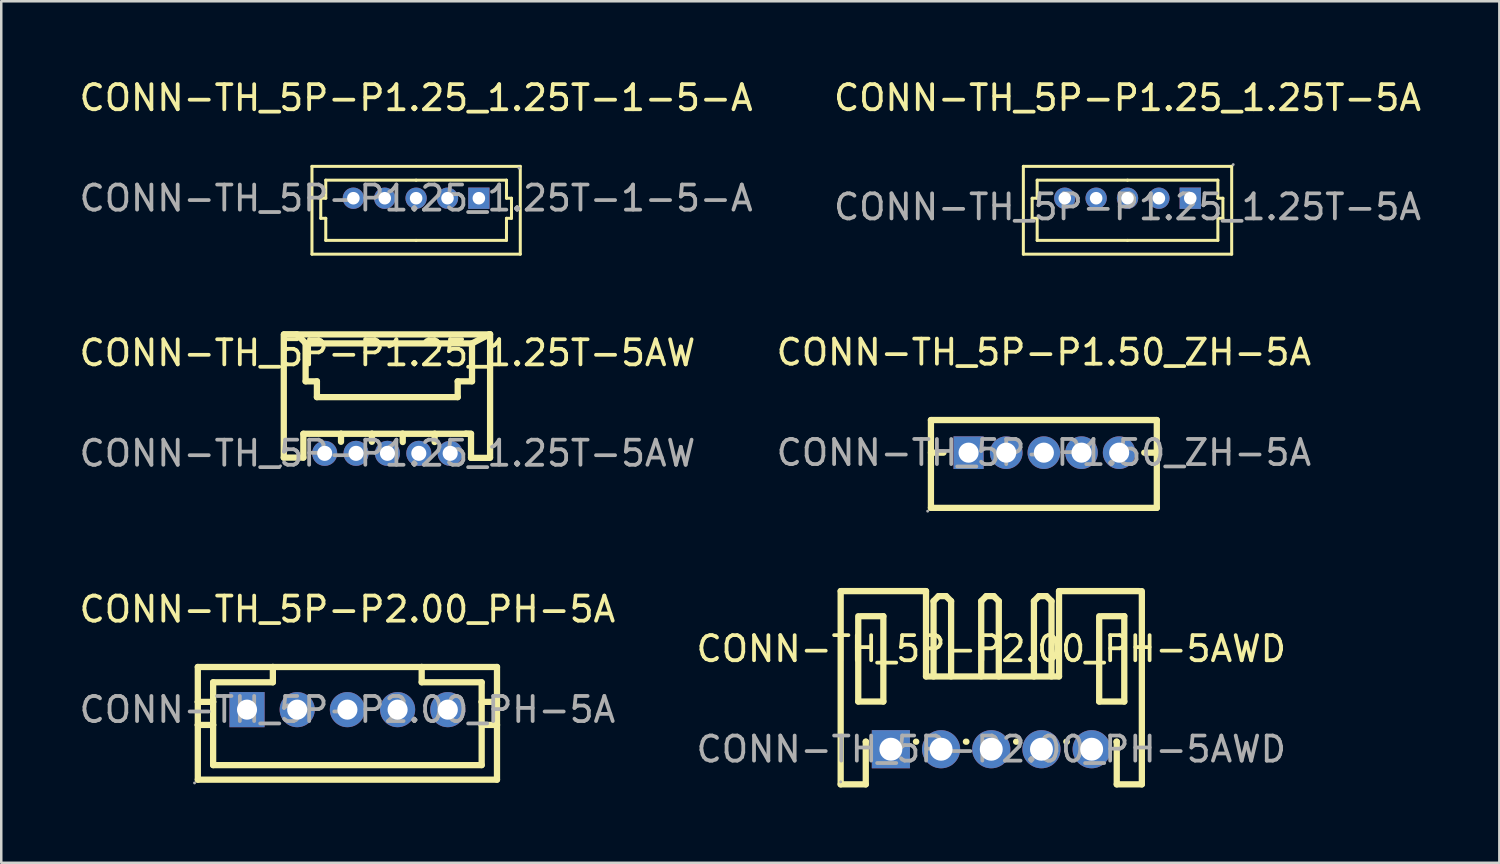
<source format=kicad_pcb>
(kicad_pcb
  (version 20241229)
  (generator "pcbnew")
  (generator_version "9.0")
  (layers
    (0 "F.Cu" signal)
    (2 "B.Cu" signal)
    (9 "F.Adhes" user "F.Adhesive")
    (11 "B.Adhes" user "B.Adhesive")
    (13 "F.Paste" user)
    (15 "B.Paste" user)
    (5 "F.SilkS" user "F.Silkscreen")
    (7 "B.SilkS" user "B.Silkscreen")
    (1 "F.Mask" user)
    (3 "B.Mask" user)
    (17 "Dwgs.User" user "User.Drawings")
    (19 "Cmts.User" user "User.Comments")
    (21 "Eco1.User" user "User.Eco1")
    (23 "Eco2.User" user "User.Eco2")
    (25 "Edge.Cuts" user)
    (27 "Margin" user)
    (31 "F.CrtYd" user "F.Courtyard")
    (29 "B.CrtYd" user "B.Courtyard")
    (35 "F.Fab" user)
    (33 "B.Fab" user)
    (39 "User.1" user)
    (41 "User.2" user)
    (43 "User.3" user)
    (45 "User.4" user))
  (footprint "CONN-TH_5P-P2.00_PH-5A"
    (layer "F.Cu")
    (at 10.792 25.225)
    (property "Reference" "CONN-TH_5P-P2.00_PH-5A" (at 0 -4 0) (layer "F.SilkS") (effects (font (size 1 1) (thickness 0.15))))
    (attr through_hole)
    (fp_line (start -5.96 -0.31) (end -5.96 -1.7) (stroke (width 0.25) (type solid)) (layer "F.SilkS"))
    (fp_line (start -5.96 0.61) (end -5.96 -0.31) (stroke (width 0.25) (type solid)) (layer "F.SilkS"))
    (fp_line (start -5.96 2.79) (end -5.96 0.61) (stroke (width 0.25) (type solid)) (layer "F.SilkS"))
    (fp_line (start -5.35 -0.31) (end -5.96 -0.31) (stroke (width 0.25) (type solid)) (layer "F.SilkS"))
    (fp_line (start -5.35 -0.31) (end -5.35 -1.09) (stroke (width 0.25) (type solid)) (layer "F.SilkS"))
    (fp_line (start -5.35 0.61) (end -5.96 0.61) (stroke (width 0.25) (type solid)) (layer "F.SilkS"))
    (fp_line (start -5.35 0.61) (end -5.35 -0.31) (stroke (width 0.25) (type solid)) (layer "F.SilkS"))
    (fp_line (start -5.35 2.21) (end -5.35 0.61) (stroke (width 0.25) (type solid)) (layer "F.SilkS"))
    (fp_line (start -2.97 -1.7) (end -5.96 -1.7) (stroke (width 0.25) (type solid)) (layer "F.SilkS"))
    (fp_line (start -2.97 -1.09) (end -5.35 -1.09) (stroke (width 0.25) (type solid)) (layer "F.SilkS"))
    (fp_line (start -2.97 -1.09) (end -2.97 -1.7) (stroke (width 0.25) (type solid)) (layer "F.SilkS"))
    (fp_line (start 2.96 -1.7) (end -2.97 -1.7) (stroke (width 0.25) (type solid)) (layer "F.SilkS"))
    (fp_line (start 2.96 -1.09) (end 2.96 -1.7) (stroke (width 0.25) (type solid)) (layer "F.SilkS"))
    (fp_line (start 5.35 -1.09) (end 2.96 -1.09) (stroke (width 0.25) (type solid)) (layer "F.SilkS"))
    (fp_line (start 5.35 -0.31) (end 5.35 -1.09) (stroke (width 0.25) (type solid)) (layer "F.SilkS"))
    (fp_line (start 5.35 0.61) (end 5.35 -0.31) (stroke (width 0.25) (type solid)) (layer "F.SilkS"))
    (fp_line (start 5.35 2.21) (end -5.35 2.21) (stroke (width 0.25) (type solid)) (layer "F.SilkS"))
    (fp_line (start 5.35 2.21) (end 5.35 0.61) (stroke (width 0.25) (type solid)) (layer "F.SilkS"))
    (fp_line (start 5.96 -1.7) (end 2.96 -1.7) (stroke (width 0.25) (type solid)) (layer "F.SilkS"))
    (fp_line (start 5.96 -0.31) (end 5.35 -0.31) (stroke (width 0.25) (type solid)) (layer "F.SilkS"))
    (fp_line (start 5.96 -0.31) (end 5.96 -1.7) (stroke (width 0.25) (type solid)) (layer "F.SilkS"))
    (fp_line (start 5.96 0.61) (end 5.35 0.61) (stroke (width 0.25) (type solid)) (layer "F.SilkS"))
    (fp_line (start 5.96 0.61) (end 5.96 -0.31) (stroke (width 0.25) (type solid)) (layer "F.SilkS"))
    (fp_line (start 5.96 2.79) (end -5.96 2.79) (stroke (width 0.25) (type solid)) (layer "F.SilkS"))
    (fp_line (start 5.96 2.79) (end 5.96 0.61) (stroke (width 0.25) (type solid)) (layer "F.SilkS"))
    (fp_circle (center -6.09 2.92) (end -6.06 2.92) (stroke (width 0.06) (type solid)) (fill no) (layer "F.Fab"))
    (fp_circle (center -4 0) (end -3.85 0) (stroke (width 0.3) (type solid)) (fill no) (layer "F.Fab"))
    (fp_circle (center -2 0) (end -1.85 0) (stroke (width 0.3) (type solid)) (fill no) (layer "F.Fab"))
    (fp_circle (center 0 0) (end 0.15 0) (stroke (width 0.3) (type solid)) (fill no) (layer "F.Fab"))
    (fp_circle (center 2 0) (end 2.15 0) (stroke (width 0.3) (type solid)) (fill no) (layer "F.Fab"))
    (fp_circle (center 4 0) (end 4.15 0) (stroke (width 0.3) (type solid)) (fill no) (layer "F.Fab"))
    (fp_text user "${REFERENCE}" (at 0 0 0) (layer "F.Fab") (effects (font (size 1 1) (thickness 0.15))))
    (pad "1" thru_hole rect (at -4 0 180) (size 1.4 1.4) (drill 0.8) (layers "*.Cu" "*.Paste" "*.Mask"))
    (pad "2" thru_hole circle (at -2 0 180) (size 1.4 1.4) (drill 0.8) (layers "*.Cu" "*.Paste" "*.Mask"))
    (pad "3" thru_hole circle (at 0 0 180) (size 1.4 1.4) (drill 0.8) (layers "*.Cu" "*.Paste" "*.Mask"))
    (pad "4" thru_hole circle (at 2 0 180) (size 1.4 1.4) (drill 0.8) (layers "*.Cu" "*.Paste" "*.Mask"))
    (pad "5" thru_hole circle (at 4 0 180) (size 1.4 1.4) (drill 0.8) (layers "*.Cu" "*.Paste" "*.Mask")))
  (footprint "CONN-TH_5P-P1.25_1.25T-5A"
    (layer "F.Cu")
    (at 41.875 5.198)
    (property "Reference" "CONN-TH_5P-P1.25_1.25T-5A" (at 0 -4.35 0) (layer "F.SilkS") (effects (font (size 1 1) (thickness 0.15))))
    (attr through_hole)
    (fp_line (start -4.15 -1.62) (end -4.15 1.88) (stroke (width 0.12) (type solid)) (layer "F.SilkS"))
    (fp_line (start -4.15 1.88) (end 4.15 1.88) (stroke (width 0.12) (type solid)) (layer "F.SilkS"))
    (fp_line (start -3.8 -0.35) (end -3.6 -0.35) (stroke (width 0.12) (type solid)) (layer "F.SilkS"))
    (fp_line (start -3.8 0.45) (end -3.8 -0.35) (stroke (width 0.12) (type solid)) (layer "F.SilkS"))
    (fp_line (start -3.6 -1.07) (end 0 -1.07) (stroke (width 0.12) (type solid)) (layer "F.SilkS"))
    (fp_line (start -3.6 -0.35) (end -3.6 -1.07) (stroke (width 0.12) (type solid)) (layer "F.SilkS"))
    (fp_line (start -3.6 0.45) (end -3.8 0.45) (stroke (width 0.12) (type solid)) (layer "F.SilkS"))
    (fp_line (start -3.6 1.33) (end -3.6 0.45) (stroke (width 0.12) (type solid)) (layer "F.SilkS"))
    (fp_line (start 0 -1.07) (end 3.6 -1.07) (stroke (width 0.12) (type solid)) (layer "F.SilkS"))
    (fp_line (start 0 1.33) (end -3.6 1.33) (stroke (width 0.12) (type solid)) (layer "F.SilkS"))
    (fp_line (start 3.6 -1.07) (end 3.6 -0.35) (stroke (width 0.12) (type solid)) (layer "F.SilkS"))
    (fp_line (start 3.6 -0.35) (end 3.8 -0.35) (stroke (width 0.12) (type solid)) (layer "F.SilkS"))
    (fp_line (start 3.6 0.45) (end 3.6 1.33) (stroke (width 0.12) (type solid)) (layer "F.SilkS"))
    (fp_line (start 3.6 1.33) (end 0 1.33) (stroke (width 0.12) (type solid)) (layer "F.SilkS"))
    (fp_line (start 3.8 -0.35) (end 3.8 0.45) (stroke (width 0.12) (type solid)) (layer "F.SilkS"))
    (fp_line (start 3.8 0.45) (end 3.6 0.45) (stroke (width 0.12) (type solid)) (layer "F.SilkS"))
    (fp_line (start 4.15 -1.62) (end -4.15 -1.62) (stroke (width 0.12) (type solid)) (layer "F.SilkS"))
    (fp_line (start 4.15 1.88) (end 4.15 -1.62) (stroke (width 0.12) (type solid)) (layer "F.SilkS"))
    (fp_circle (center 4.21 -1.69) (end 4.24 -1.69) (stroke (width 0.06) (type solid)) (fill no) (layer "F.Fab"))
    (fp_text user "${REFERENCE}" (at 0 0 0) (layer "F.Fab") (effects (font (size 1 1) (thickness 0.15))))
    (pad "1" thru_hole rect (at 2.5 -0.35 180) (size 0.85 0.85) (drill oval 0.5 0.5) (layers "*.Cu" "*.Paste" "*.Mask"))
    (pad "2" thru_hole circle (at 1.25 -0.35 180) (size 0.85 0.85) (drill oval 0.5 0.5) (layers "*.Cu" "*.Paste" "*.Mask"))
    (pad "3" thru_hole circle (at 0 -0.35 180) (size 0.85 0.85) (drill oval 0.5 0.5) (layers "*.Cu" "*.Paste" "*.Mask"))
    (pad "4" thru_hole circle (at -1.25 -0.35 180) (size 0.85 0.85) (drill oval 0.5 0.5) (layers "*.Cu" "*.Paste" "*.Mask"))
    (pad "5" thru_hole circle (at -2.5 -0.35 180) (size 0.85 0.85) (drill oval 0.5 0.5) (layers "*.Cu" "*.Paste" "*.Mask")))
  (footprint "CONN-TH_5P-P1.25_1.25T-1-5-A"
    (layer "F.Cu")
    (at 13.53 4.848)
    (property "Reference" "CONN-TH_5P-P1.25_1.25T-1-5-A" (at 0 -4 0) (layer "F.SilkS") (effects (font (size 1 1) (thickness 0.15))))
    (attr through_hole)
    (fp_line (start -4.15 -1.27) (end -4.15 2.23) (stroke (width 0.12) (type solid)) (layer "F.SilkS"))
    (fp_line (start -4.15 2.23) (end 4.15 2.23) (stroke (width 0.12) (type solid)) (layer "F.SilkS"))
    (fp_line (start -3.8 0) (end -3.6 0) (stroke (width 0.12) (type solid)) (layer "F.SilkS"))
    (fp_line (start -3.8 0.8) (end -3.8 0) (stroke (width 0.12) (type solid)) (layer "F.SilkS"))
    (fp_line (start -3.6 -0.72) (end 0 -0.72) (stroke (width 0.12) (type solid)) (layer "F.SilkS"))
    (fp_line (start -3.6 0) (end -3.6 -0.72) (stroke (width 0.12) (type solid)) (layer "F.SilkS"))
    (fp_line (start -3.6 0.8) (end -3.8 0.8) (stroke (width 0.12) (type solid)) (layer "F.SilkS"))
    (fp_line (start -3.6 1.68) (end -3.6 0.8) (stroke (width 0.12) (type solid)) (layer "F.SilkS"))
    (fp_line (start 0 -0.72) (end 3.6 -0.72) (stroke (width 0.12) (type solid)) (layer "F.SilkS"))
    (fp_line (start 0 1.68) (end -3.6 1.68) (stroke (width 0.12) (type solid)) (layer "F.SilkS"))
    (fp_line (start 3.6 -0.72) (end 3.6 0) (stroke (width 0.12) (type solid)) (layer "F.SilkS"))
    (fp_line (start 3.6 0) (end 3.8 0) (stroke (width 0.12) (type solid)) (layer "F.SilkS"))
    (fp_line (start 3.6 0.8) (end 3.6 1.68) (stroke (width 0.12) (type solid)) (layer "F.SilkS"))
    (fp_line (start 3.6 1.68) (end 0 1.68) (stroke (width 0.12) (type solid)) (layer "F.SilkS"))
    (fp_line (start 3.8 0) (end 3.8 0.8) (stroke (width 0.12) (type solid)) (layer "F.SilkS"))
    (fp_line (start 3.8 0.8) (end 3.6 0.8) (stroke (width 0.12) (type solid)) (layer "F.SilkS"))
    (fp_line (start 4.15 -1.27) (end -4.15 -1.27) (stroke (width 0.12) (type solid)) (layer "F.SilkS"))
    (fp_line (start 4.15 2.23) (end 4.15 -1.27) (stroke (width 0.12) (type solid)) (layer "F.SilkS"))
    (fp_circle (center 4.1 -1.2) (end 4.13 -1.2) (stroke (width 0.06) (type solid)) (fill no) (layer "F.Fab"))
    (fp_text user "${REFERENCE}" (at 0 0 0) (layer "F.Fab") (effects (font (size 1 1) (thickness 0.15))))
    (pad "1" thru_hole rect (at 2.5 0) (size 0.85 0.85) (drill oval 0.5 0.5) (layers "*.Cu" "*.Paste" "*.Mask"))
    (pad "2" thru_hole circle (at 1.25 0 180) (size 0.85 0.85) (drill oval 0.5 0.5) (layers "*.Cu" "*.Paste" "*.Mask"))
    (pad "3" thru_hole circle (at 0 0 180) (size 0.85 0.85) (drill oval 0.5 0.5) (layers "*.Cu" "*.Paste" "*.Mask"))
    (pad "4" thru_hole circle (at -1.25 0 180) (size 0.85 0.85) (drill oval 0.5 0.5) (layers "*.Cu" "*.Paste" "*.Mask"))
    (pad "5" thru_hole circle (at -2.5 0 180) (size 0.85 0.85) (drill oval 0.5 0.5) (layers "*.Cu" "*.Paste" "*.Mask")))
  (footprint "CONN-TH_5P-P1.25_1.25T-5AW"
    (layer "F.Cu")
    (at 12.387 15.013)
    (property "Reference" "CONN-TH_5P-P1.25_1.25T-5AW" (at 0 -4 0) (layer "F.SilkS") (effects (font (size 1 1) (thickness 0.15))))
    (attr through_hole)
    (fp_line (start -4.13 -4.73) (end -4.13 0.17) (stroke (width 0.25) (type solid)) (layer "F.SilkS"))
    (fp_line (start -4.13 0.17) (end -3.35 0.17) (stroke (width 0.25) (type solid)) (layer "F.SilkS"))
    (fp_line (start -4.12 -4.74) (end -3.61 -4.74) (stroke (width 0.25) (type solid)) (layer "F.SilkS"))
    (fp_line (start -4.12 -4.74) (end 4.09 -4.74) (stroke (width 0.25) (type solid)) (layer "F.SilkS"))
    (fp_line (start -3.61 -4.74) (end -3.25 -4.38) (stroke (width 0.25) (type solid)) (layer "F.SilkS"))
    (fp_line (start -3.35 -0.78) (end -1.85 -0.78) (stroke (width 0.25) (type solid)) (layer "F.SilkS"))
    (fp_line (start -3.35 0.17) (end -3.35 -0.78) (stroke (width 0.25) (type solid)) (layer "F.SilkS"))
    (fp_line (start -3.26 -4.34) (end -3.26 -2.87) (stroke (width 0.25) (type solid)) (layer "F.SilkS"))
    (fp_line (start -3.26 -2.87) (end -2.81 -2.87) (stroke (width 0.25) (type solid)) (layer "F.SilkS"))
    (fp_line (start -3.25 -4.38) (end -3.25 -4.35) (stroke (width 0.25) (type solid)) (layer "F.SilkS"))
    (fp_line (start -3.25 -4.38) (end 3.37 -4.38) (stroke (width 0.25) (type solid)) (layer "F.SilkS"))
    (fp_line (start -2.81 -2.87) (end -2.81 -2.24) (stroke (width 0.25) (type solid)) (layer "F.SilkS"))
    (fp_line (start -2.81 -2.24) (end 2.8 -2.24) (stroke (width 0.25) (type solid)) (layer "F.SilkS"))
    (fp_line (start -1.85 -0.78) (end -1.85 -0.46) (stroke (width 0.25) (type solid)) (layer "F.SilkS"))
    (fp_line (start -1.84 -0.78) (end -0.62 -0.78) (stroke (width 0.25) (type solid)) (layer "F.SilkS"))
    (fp_line (start -0.62 -0.78) (end -0.62 -0.46) (stroke (width 0.25) (type solid)) (layer "F.SilkS"))
    (fp_line (start -0.61 -0.78) (end 0.61 -0.78) (stroke (width 0.25) (type solid)) (layer "F.SilkS"))
    (fp_line (start 0.59 -0.78) (end 1.88 -0.78) (stroke (width 0.25) (type solid)) (layer "F.SilkS"))
    (fp_line (start 0.61 -0.78) (end 0.61 -0.45) (stroke (width 0.25) (type solid)) (layer "F.SilkS"))
    (fp_line (start 1.88 -0.78) (end 1.88 -0.45) (stroke (width 0.25) (type solid)) (layer "F.SilkS"))
    (fp_line (start 1.89 -0.78) (end 3.12 -0.78) (stroke (width 0.25) (type solid)) (layer "F.SilkS"))
    (fp_line (start 2.8 -2.87) (end 3.37 -2.87) (stroke (width 0.25) (type solid)) (layer "F.SilkS"))
    (fp_line (start 2.8 -2.24) (end 2.8 -2.87) (stroke (width 0.25) (type solid)) (layer "F.SilkS"))
    (fp_line (start 3.12 -0.78) (end 3.24 -0.78) (stroke (width 0.25) (type solid)) (layer "F.SilkS"))
    (fp_line (start 3.33 -0.78) (end 3.12 -0.78) (stroke (width 0.25) (type solid)) (layer "F.SilkS"))
    (fp_line (start 3.33 0.18) (end 3.33 -0.78) (stroke (width 0.25) (type solid)) (layer "F.SilkS"))
    (fp_line (start 3.37 -4.38) (end 4.06 -4.74) (stroke (width 0.25) (type solid)) (layer "F.SilkS"))
    (fp_line (start 3.37 -4.35) (end 3.37 -4.35) (stroke (width 0.25) (type solid)) (layer "F.SilkS"))
    (fp_line (start 3.37 -2.87) (end 3.37 -4.35) (stroke (width 0.25) (type solid)) (layer "F.SilkS"))
    (fp_line (start 4.06 -4.74) (end 4.06 -4.74) (stroke (width 0.25) (type solid)) (layer "F.SilkS"))
    (fp_line (start 4.06 -4.74) (end 4.06 -4.74) (stroke (width 0.25) (type solid)) (layer "F.SilkS"))
    (fp_line (start 4.09 -4.75) (end 4.09 0.15) (stroke (width 0.25) (type solid)) (layer "F.SilkS"))
    (fp_line (start 4.09 0.18) (end 3.33 0.18) (stroke (width 0.25) (type solid)) (layer "F.SilkS"))
    (fp_circle (center -4.26 0.5) (end -4.23 0.5) (stroke (width 0.06) (type solid)) (fill no) (layer "F.Fab"))
    (fp_circle (center -2.5 0) (end -2.4 0) (stroke (width 0.2) (type solid)) (fill no) (layer "F.Fab"))
    (fp_circle (center -1.25 0) (end -1.15 0) (stroke (width 0.2) (type solid)) (fill no) (layer "F.Fab"))
    (fp_circle (center 0 0) (end 0.1 0) (stroke (width 0.2) (type solid)) (fill no) (layer "F.Fab"))
    (fp_circle (center 1.25 0) (end 1.35 0) (stroke (width 0.2) (type solid)) (fill no) (layer "F.Fab"))
    (fp_circle (center 2.5 0) (end 2.6 0) (stroke (width 0.2) (type solid)) (fill no) (layer "F.Fab"))
    (fp_text user "${REFERENCE}" (at 0 0 0) (layer "F.Fab") (effects (font (size 1 1) (thickness 0.15))))
    (pad "1" thru_hole circle (at -2.5 0) (size 1 1) (drill 0.6) (layers "*.Cu" "*.Paste" "*.Mask"))
    (pad "2" thru_hole circle (at -1.25 0) (size 1 1) (drill 0.6) (layers "*.Cu" "*.Paste" "*.Mask"))
    (pad "3" thru_hole circle (at 0 0) (size 1 1) (drill 0.6) (layers "*.Cu" "*.Paste" "*.Mask"))
    (pad "4" thru_hole circle (at 1.25 0) (size 1 1) (drill 0.6) (layers "*.Cu" "*.Paste" "*.Mask"))
    (pad "5" thru_hole circle (at 2.5 0) (size 1 1) (drill 0.6) (layers "*.Cu" "*.Paste" "*.Mask")))
  (footprint "CONN-TH_5P-P2.00_PH-5AWD"
    (layer "F.Cu")
    (at 36.446 26.802)
    (property "Reference" "CONN-TH_5P-P2.00_PH-5AWD" (at 0 -4 0) (layer "F.SilkS") (effects (font (size 1 1) (thickness 0.15))))
    (attr through_hole)
    (fp_line (start -6 -6.3) (end -6 1.4) (stroke (width 0.25) (type solid)) (layer "F.SilkS"))
    (fp_line (start -6 -6.3) (end -2.6 -6.3) (stroke (width 0.25) (type solid)) (layer "F.SilkS"))
    (fp_line (start -6 1.4) (end -5 1.4) (stroke (width 0.25) (type solid)) (layer "F.SilkS"))
    (fp_line (start -5.3 -1.9) (end -5.3 -5.3) (stroke (width 0.25) (type solid)) (layer "F.SilkS"))
    (fp_line (start -5.2 -5.3) (end -4.3 -5.3) (stroke (width 0.25) (type solid)) (layer "F.SilkS"))
    (fp_line (start -5 -0.3) (end -4.99 -0.3) (stroke (width 0.25) (type solid)) (layer "F.SilkS"))
    (fp_line (start -5 1.4) (end -5 -0.3) (stroke (width 0.25) (type solid)) (layer "F.SilkS"))
    (fp_line (start -4.3 -5.3) (end -4.3 -1.9) (stroke (width 0.25) (type solid)) (layer "F.SilkS"))
    (fp_line (start -4.3 -1.9) (end -5.3 -1.9) (stroke (width 0.25) (type solid)) (layer "F.SilkS"))
    (fp_line (start -3 -0.3) (end -2.99 -0.3) (stroke (width 0.25) (type solid)) (layer "F.SilkS"))
    (fp_line (start -2.6 -6.3) (end -2.6 -2.9) (stroke (width 0.25) (type solid)) (layer "F.SilkS"))
    (fp_line (start -2.6 -2.9) (end 2.7 -2.9) (stroke (width 0.25) (type solid)) (layer "F.SilkS"))
    (fp_line (start -2.3 -5.9) (end -2.1 -6.1) (stroke (width 0.25) (type solid)) (layer "F.SilkS"))
    (fp_line (start -2.3 -2.9) (end -2.3 -5.9) (stroke (width 0.25) (type solid)) (layer "F.SilkS"))
    (fp_line (start -2.1 -6.1) (end -1.8 -6.1) (stroke (width 0.25) (type solid)) (layer "F.SilkS"))
    (fp_line (start -1.8 -6.1) (end -1.6 -5.9) (stroke (width 0.25) (type solid)) (layer "F.SilkS"))
    (fp_line (start -1.6 -5.9) (end -1.6 -2.9) (stroke (width 0.25) (type solid)) (layer "F.SilkS"))
    (fp_line (start -1.01 -0.3) (end -0.99 -0.3) (stroke (width 0.25) (type solid)) (layer "F.SilkS"))
    (fp_line (start -0.4 -5.9) (end -0.2 -6.1) (stroke (width 0.25) (type solid)) (layer "F.SilkS"))
    (fp_line (start -0.4 -2.9) (end -0.4 -5.9) (stroke (width 0.25) (type solid)) (layer "F.SilkS"))
    (fp_line (start -0.2 -6.1) (end 0.1 -6.1) (stroke (width 0.25) (type solid)) (layer "F.SilkS"))
    (fp_line (start 0.1 -6.1) (end 0.3 -5.9) (stroke (width 0.25) (type solid)) (layer "F.SilkS"))
    (fp_line (start 0.3 -5.9) (end 0.3 -2.9) (stroke (width 0.25) (type solid)) (layer "F.SilkS"))
    (fp_line (start 0.99 -0.3) (end 1.01 -0.3) (stroke (width 0.25) (type solid)) (layer "F.SilkS"))
    (fp_line (start 1.7 -5.9) (end 1.9 -6.1) (stroke (width 0.25) (type solid)) (layer "F.SilkS"))
    (fp_line (start 1.7 -2.9) (end 1.7 -5.9) (stroke (width 0.25) (type solid)) (layer "F.SilkS"))
    (fp_line (start 1.9 -6.1) (end 2.2 -6.1) (stroke (width 0.25) (type solid)) (layer "F.SilkS"))
    (fp_line (start 2.2 -6.1) (end 2.4 -5.9) (stroke (width 0.25) (type solid)) (layer "F.SilkS"))
    (fp_line (start 2.4 -5.9) (end 2.4 -2.9) (stroke (width 0.25) (type solid)) (layer "F.SilkS"))
    (fp_line (start 2.7 -6.3) (end 5.9 -6.3) (stroke (width 0.25) (type solid)) (layer "F.SilkS"))
    (fp_line (start 2.7 -2.9) (end 2.7 -6.3) (stroke (width 0.25) (type solid)) (layer "F.SilkS"))
    (fp_line (start 2.99 -0.3) (end 3.01 -0.3) (stroke (width 0.25) (type solid)) (layer "F.SilkS"))
    (fp_line (start 4.3 -1.9) (end 4.3 -5.3) (stroke (width 0.25) (type solid)) (layer "F.SilkS"))
    (fp_line (start 4.4 -5.3) (end 5.3 -5.3) (stroke (width 0.25) (type solid)) (layer "F.SilkS"))
    (fp_line (start 4.99 -0.3) (end 5 -0.3) (stroke (width 0.25) (type solid)) (layer "F.SilkS"))
    (fp_line (start 5 -0.3) (end 5 1.4) (stroke (width 0.25) (type solid)) (layer "F.SilkS"))
    (fp_line (start 5 1.4) (end 6 1.4) (stroke (width 0.25) (type solid)) (layer "F.SilkS"))
    (fp_line (start 5.3 -5.3) (end 5.3 -1.9) (stroke (width 0.25) (type solid)) (layer "F.SilkS"))
    (fp_line (start 5.3 -1.9) (end 4.3 -1.9) (stroke (width 0.25) (type solid)) (layer "F.SilkS"))
    (fp_line (start 6 1.4) (end 6 -6.3) (stroke (width 0.25) (type solid)) (layer "F.SilkS"))
    (fp_circle (center -6 1.3) (end -5.97 1.3) (stroke (width 0.06) (type solid)) (fill no) (layer "F.Fab"))
    (fp_text user "${REFERENCE}" (at 0 0 0) (layer "F.Fab") (effects (font (size 1 1) (thickness 0.15))))
    (pad "1" thru_hole rect (at -4 0) (size 1.52 1.52) (drill 0.914) (layers "*.Cu" "*.Paste" "*.Mask"))
    (pad "2" thru_hole circle (at -2 0) (size 1.52 1.52) (drill 0.914) (layers "*.Cu" "*.Paste" "*.Mask"))
    (pad "3" thru_hole circle (at 0 0) (size 1.52 1.52) (drill 0.914) (layers "*.Cu" "*.Paste" "*.Mask"))
    (pad "4" thru_hole circle (at 2 0) (size 1.52 1.52) (drill 0.914) (layers "*.Cu" "*.Paste" "*.Mask"))
    (pad "5" thru_hole circle (at 4 0) (size 1.52 1.52) (drill 0.914) (layers "*.Cu" "*.Paste" "*.Mask")))
  (footprint "CONN-TH_5P-P1.50_ZH-5A"
    (layer "F.Cu")
    (at 38.542 14.986)
    (property "Reference" "CONN-TH_5P-P1.50_ZH-5A" (at 0 -4 0) (layer "F.SilkS") (effects (font (size 1 1) (thickness 0.15))))
    (attr through_hole)
    (fp_line (start -4.5 0) (end -4 0) (stroke (width 0.25) (type solid)) (layer "F.SilkS"))
    (fp_line (start -4.5 2.2) (end -4.5 -1.3) (stroke (width 0.25) (type solid)) (layer "F.SilkS"))
    (fp_line (start 4 0) (end 4.5 0) (stroke (width 0.25) (type solid)) (layer "F.SilkS"))
    (fp_line (start 4.5 -1.3) (end -4.5 -1.3) (stroke (width 0.25) (type solid)) (layer "F.SilkS"))
    (fp_line (start 4.5 2.2) (end -4.5 2.2) (stroke (width 0.25) (type solid)) (layer "F.SilkS"))
    (fp_line (start 4.5 2.2) (end 4.5 -1.3) (stroke (width 0.25) (type solid)) (layer "F.SilkS"))
    (fp_circle (center -4.63 2.33) (end -4.6 2.33) (stroke (width 0.06) (type solid)) (fill no) (layer "F.Fab"))
    (fp_circle (center -3 0) (end -2.85 0) (stroke (width 0.3) (type solid)) (fill no) (layer "F.Fab"))
    (fp_circle (center -1.5 0) (end -1.35 0) (stroke (width 0.3) (type solid)) (fill no) (layer "F.Fab"))
    (fp_circle (center 0 0) (end 0.15 0) (stroke (width 0.3) (type solid)) (fill no) (layer "F.Fab"))
    (fp_circle (center 1.5 0) (end 1.65 0) (stroke (width 0.3) (type solid)) (fill no) (layer "F.Fab"))
    (fp_circle (center 3 0) (end 3.15 0) (stroke (width 0.3) (type solid)) (fill no) (layer "F.Fab"))
    (fp_text user "${REFERENCE}" (at 0 0 0) (layer "F.Fab") (effects (font (size 1 1) (thickness 0.15))))
    (pad "1" thru_hole rect (at -3 0 180) (size 1.2 1.3) (drill 0.8) (layers "*.Cu" "*.Paste" "*.Mask"))
    (pad "2" thru_hole circle (at -1.5 0 180) (size 1.3 1.3) (drill 0.8) (layers "*.Cu" "*.Paste" "*.Mask"))
    (pad "3" thru_hole circle (at 0 0 180) (size 1.3 1.3) (drill 0.8) (layers "*.Cu" "*.Paste" "*.Mask"))
    (pad "4" thru_hole circle (at 1.5 0 180) (size 1.3 1.3) (drill 0.8) (layers "*.Cu" "*.Paste" "*.Mask"))
    (pad "5" thru_hole circle (at 3 0 180) (size 1.3 1.3) (drill 0.8) (layers "*.Cu" "*.Paste" "*.Mask")))
  (gr_rect
    (start -3 -3)
    (end 56.69 31.326)
    (stroke (width 0.1) (type default))
    (fill no)
    (layer "Edge.Cuts")))
</source>
